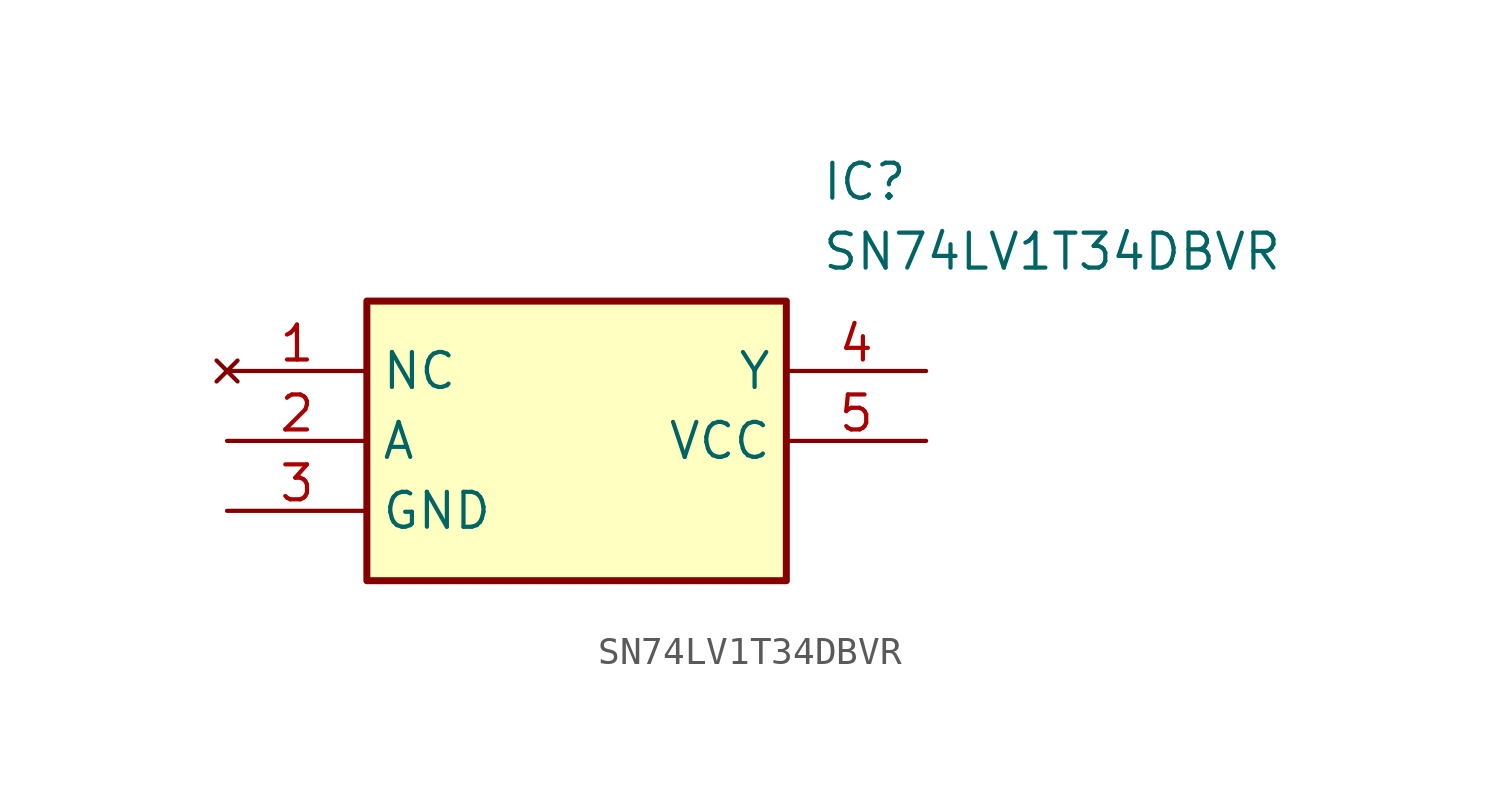
<source format=kicad_sym>
(kicad_symbol_lib
  (version 20220914)
  (generator SamacSys_ECAD_Model)
  (symbol "SN74LV1T34DBVR"
    (property "Reference" "IC"
      (at 21.59 7.62 0)
      (effects (font (size 1.27 1.27)) (justify left top)))
    (property "Value" "SN74LV1T34DBVR"
      (at 21.59 5.08 0)
      (effects (font (size 1.27 1.27)) (justify left top)))
    (rectangle
      (start 5.08 2.54)
      (end 20.32 -7.62)
      (stroke (width 0.254) (type default))
      (fill (type background)))
    (pin no_connect line
      (at 0 0 0)
      (length 5.08)
      (name "NC" (effects (font (size 1.27 1.27))))
      (number "1" (effects (font (size 1.27 1.27)))))
    (pin passive line
      (at 0 -2.54 0)
      (length 5.08)
      (name "A" (effects (font (size 1.27 1.27))))
      (number "2" (effects (font (size 1.27 1.27)))))
    (pin passive line
      (at 0 -5.08 0)
      (length 5.08)
      (name "GND" (effects (font (size 1.27 1.27))))
      (number "3" (effects (font (size 1.27 1.27)))))
    (pin passive line
      (at 25.4 0 180)
      (length 5.08)
      (name "Y" (effects (font (size 1.27 1.27))))
      (number "4" (effects (font (size 1.27 1.27)))))
    (pin passive line
      (at 25.4 -2.54 180)
      (length 5.08)
      (name "VCC" (effects (font (size 1.27 1.27))))
      (number "5" (effects (font (size 1.27 1.27)))))))
</source>
